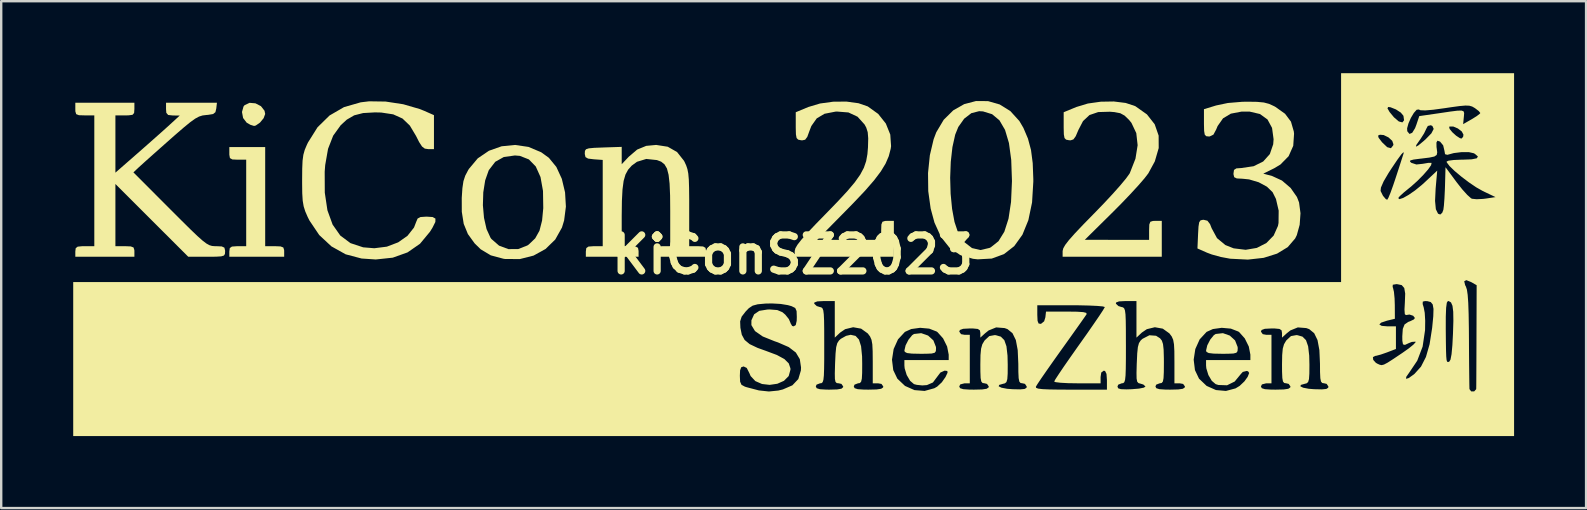
<source format=kicad_pcb>
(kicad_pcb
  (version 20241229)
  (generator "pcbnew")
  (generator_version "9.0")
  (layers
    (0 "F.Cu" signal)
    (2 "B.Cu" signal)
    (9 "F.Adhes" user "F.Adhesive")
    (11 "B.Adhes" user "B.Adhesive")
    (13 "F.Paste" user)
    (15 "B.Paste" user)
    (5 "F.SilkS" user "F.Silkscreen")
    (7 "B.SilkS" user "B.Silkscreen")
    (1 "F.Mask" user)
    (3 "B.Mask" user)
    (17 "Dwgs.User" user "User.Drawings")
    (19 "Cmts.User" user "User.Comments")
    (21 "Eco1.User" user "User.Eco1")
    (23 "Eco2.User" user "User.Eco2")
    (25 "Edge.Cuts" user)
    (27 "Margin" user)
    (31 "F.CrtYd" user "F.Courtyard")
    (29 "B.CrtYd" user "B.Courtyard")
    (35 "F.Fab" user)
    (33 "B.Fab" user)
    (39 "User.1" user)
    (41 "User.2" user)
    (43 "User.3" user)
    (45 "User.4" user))
  (footprint "KiConSZ2023"
    (layer "F.Cu")
    (at 29.97 7.558)
    (property "Reference" "KiConSZ2023" (at 0 0 0) (layer "F.SilkS") (effects (font (size 1.5 1.5) (thickness 0.3))))
    (attr board_only exclude_from_pos_files exclude_from_bom)
    (fp_poly (pts (xy -22.377 -6.303) (xy -22.149 -6.185) (xy -22 -5.995) (xy -21.972 -5.86) (xy -22.037 -5.684) (xy -22.188 -5.501) (xy -22.363 -5.379) (xy -22.436 -5.361) (xy -22.588 -5.408) (xy -22.744 -5.498) (xy -22.892 -5.691) (xy -22.939 -5.942) (xy -22.875 -6.171) (xy -22.834 -6.223) (xy -22.624 -6.324)) (stroke (width 0) (type solid)) (fill yes) (layer "F.SilkS"))
    (fp_poly (pts (xy 5.645 3.372) (xy 5.866 3.574) (xy 5.973 3.847) (xy 5.976 3.907) (xy 5.969 4.021) (xy 5.921 4.088) (xy 5.795 4.12) (xy 5.556 4.13) (xy 5.317 4.131) (xy 4.972 4.124) (xy 4.769 4.1) (xy 4.676 4.052) (xy 4.658 3.995) (xy 4.709 3.778) (xy 4.832 3.54) (xy 4.982 3.356) (xy 5.058 3.306) (xy 5.359 3.272)) (stroke (width 0) (type solid)) (fill yes) (layer "F.SilkS"))
    (fp_poly (pts (xy 18.213 3.372) (xy 18.434 3.574) (xy 18.541 3.847) (xy 18.545 3.907) (xy 18.537 4.021) (xy 18.489 4.088) (xy 18.364 4.12) (xy 18.124 4.13) (xy 17.885 4.131) (xy 17.54 4.124) (xy 17.337 4.1) (xy 17.244 4.052) (xy 17.226 3.995) (xy 17.277 3.778) (xy 17.4 3.54) (xy 17.55 3.356) (xy 17.626 3.306) (xy 17.928 3.272)) (stroke (width 0) (type solid)) (fill yes) (layer "F.SilkS"))
    (fp_poly (pts (xy -21.972 -2.417) (xy -21.972 -0.352) (xy -21.577 -0.352) (xy -21.333 -0.342) (xy -21.217 -0.298) (xy -21.183 -0.191) (xy -21.181 -0.132) (xy -21.181 0.088) (xy -22.324 0.088) (xy -23.466 0.088) (xy -23.466 -0.132) (xy -23.447 -0.273) (xy -23.357 -0.336) (xy -23.145 -0.351) (xy -23.115 -0.352) (xy -22.763 -0.352) (xy -22.763 -2.153) (xy -22.763 -3.955) (xy -23.115 -3.955) (xy -23.34 -3.965) (xy -23.441 -4.022) (xy -23.466 -4.162) (xy -23.466 -4.219) (xy -23.466 -4.482) (xy -22.719 -4.482) (xy -21.972 -4.482)) (stroke (width 0) (type solid)) (fill yes) (layer "F.SilkS"))
    (fp_poly (pts (xy -11 -4.487) (xy -10.472 -4.264) (xy -10.153 -4.033) (xy -9.842 -3.653) (xy -9.614 -3.158) (xy -9.479 -2.593) (xy -9.444 -2) (xy -9.518 -1.424) (xy -9.608 -1.128) (xy -9.888 -0.629) (xy -10.292 -0.235) (xy -10.793 0.041) (xy -11.363 0.185) (xy -11.976 0.182) (xy -12.049 0.171) (xy -12.573 0.03) (xy -12.995 -0.223) (xy -13.247 -0.47) (xy -13.527 -0.857) (xy -13.701 -1.281) (xy -13.781 -1.785) (xy -13.782 -2.059) (xy -12.902 -2.059) (xy -12.856 -1.532) (xy -12.75 -1.065) (xy -12.586 -0.706) (xy -12.549 -0.654) (xy -12.228 -0.374) (xy -11.841 -0.23) (xy -11.434 -0.231) (xy -11.05 -0.381) (xy -10.988 -0.424) (xy -10.723 -0.678) (xy -10.544 -0.999) (xy -10.436 -1.422) (xy -10.387 -1.937) (xy -10.398 -2.653) (xy -10.502 -3.233) (xy -10.7 -3.673) (xy -10.987 -3.967) (xy -11.363 -4.114) (xy -11.569 -4.131) (xy -12.032 -4.066) (xy -12.388 -3.867) (xy -12.651 -3.525) (xy -12.663 -3.502) (xy -12.807 -3.093) (xy -12.886 -2.595) (xy -12.902 -2.059) (xy -13.782 -2.059) (xy -13.783 -2.363) (xy -13.756 -2.77) (xy -13.713 -3.059) (xy -13.638 -3.288) (xy -13.518 -3.516) (xy -13.484 -3.572) (xy -13.116 -4.011) (xy -12.651 -4.327) (xy -12.122 -4.514) (xy -11.56 -4.569)) (stroke (width 0) (type solid)) (fill yes) (layer "F.SilkS"))
    (fp_poly (pts (xy 8.143 -6.395) (xy 8.628 -6.256) (xy 9.071 -5.981) (xy 9.447 -5.568) (xy 9.616 -5.281) (xy 9.806 -4.833) (xy 9.933 -4.359) (xy 10.004 -3.812) (xy 10.029 -3.147) (xy 10.029 -3.037) (xy 9.977 -2.175) (xy 9.823 -1.436) (xy 9.575 -0.828) (xy 9.234 -0.354) (xy 8.808 -0.022) (xy 8.299 0.164) (xy 7.714 0.196) (xy 7.515 0.174) (xy 6.983 0.017) (xy 6.541 -0.285) (xy 6.184 -0.734) (xy 5.911 -1.334) (xy 5.752 -1.921) (xy 5.652 -2.644) (xy 5.645 -3.202) (xy 6.565 -3.202) (xy 6.584 -2.535) (xy 6.645 -1.907) (xy 6.746 -1.361) (xy 6.887 -0.94) (xy 6.898 -0.918) (xy 7.161 -0.517) (xy 7.475 -0.273) (xy 7.827 -0.191) (xy 8.203 -0.279) (xy 8.259 -0.306) (xy 8.577 -0.559) (xy 8.822 -0.955) (xy 8.996 -1.498) (xy 9.101 -2.194) (xy 9.139 -3.047) (xy 9.139 -3.086) (xy 9.109 -3.947) (xy 9.014 -4.648) (xy 8.851 -5.196) (xy 8.618 -5.595) (xy 8.313 -5.85) (xy 7.933 -5.967) (xy 7.771 -5.976) (xy 7.448 -5.894) (xy 7.149 -5.664) (xy 6.904 -5.318) (xy 6.775 -5) (xy 6.659 -4.478) (xy 6.59 -3.864) (xy 6.565 -3.202) (xy 5.645 -3.202) (xy 5.643 -3.403) (xy 5.719 -4.142) (xy 5.876 -4.806) (xy 5.986 -5.097) (xy 6.296 -5.618) (xy 6.693 -6.01) (xy 7.15 -6.27) (xy 7.642 -6.399)) (stroke (width 0) (type solid)) (fill yes) (layer "F.SilkS"))
    (fp_poly (pts (xy 2.745 -6.308) (xy 3.131 -6.175) (xy 3.566 -5.863) (xy 3.885 -5.461) (xy 4.07 -5.002) (xy 4.103 -4.52) (xy 4.087 -4.407) (xy 4.007 -4.101) (xy 3.875 -3.794) (xy 3.676 -3.466) (xy 3.395 -3.095) (xy 3.017 -2.66) (xy 2.525 -2.141) (xy 2.301 -1.912) (xy 1.023 -0.615) (xy 2.357 -0.615) (xy 3.691 -0.615) (xy 3.691 -1.011) (xy 3.699 -1.254) (xy 3.743 -1.369) (xy 3.856 -1.404) (xy 3.955 -1.406) (xy 4.219 -1.406) (xy 4.219 -0.659) (xy 4.219 0.088) (xy 2.153 0.088) (xy 0.088 0.088) (xy 0.088 -0.148) (xy 0.114 -0.259) (xy 0.202 -0.411) (xy 0.365 -0.62) (xy 0.618 -0.905) (xy 0.973 -1.28) (xy 1.348 -1.664) (xy 1.872 -2.204) (xy 2.282 -2.646) (xy 2.592 -3.014) (xy 2.816 -3.33) (xy 2.969 -3.616) (xy 3.065 -3.895) (xy 3.118 -4.189) (xy 3.141 -4.472) (xy 3.151 -4.845) (xy 3.13 -5.1) (xy 3.069 -5.293) (xy 2.998 -5.423) (xy 2.707 -5.745) (xy 2.327 -5.923) (xy 1.846 -5.961) (xy 1.784 -5.957) (xy 1.33 -5.868) (xy 1.005 -5.675) (xy 0.782 -5.359) (xy 0.703 -5.154) (xy 0.612 -4.905) (xy 0.523 -4.787) (xy 0.401 -4.761) (xy 0.352 -4.765) (xy 0.233 -4.79) (xy 0.167 -4.858) (xy 0.139 -5.01) (xy 0.132 -5.289) (xy 0.132 -5.361) (xy 0.132 -5.932) (xy 0.659 -6.151) (xy 1.144 -6.296) (xy 1.69 -6.371) (xy 2.243 -6.376)) (stroke (width 0) (type solid)) (fill yes) (layer "F.SilkS"))
    (fp_poly (pts (xy 13.877 -6.319) (xy 14.268 -6.189) (xy 14.282 -6.182) (xy 14.763 -5.842) (xy 15.086 -5.43) (xy 15.25 -4.959) (xy 15.253 -4.44) (xy 15.091 -3.884) (xy 14.819 -3.384) (xy 14.661 -3.179) (xy 14.404 -2.882) (xy 14.072 -2.521) (xy 13.695 -2.127) (xy 13.351 -1.78) (xy 12.173 -0.617) (xy 13.513 -0.616) (xy 14.853 -0.615) (xy 14.853 -1.011) (xy 14.861 -1.254) (xy 14.905 -1.369) (xy 15.017 -1.404) (xy 15.117 -1.406) (xy 15.381 -1.406) (xy 15.381 -0.659) (xy 15.381 0.088) (xy 13.315 0.088) (xy 11.25 0.088) (xy 11.25 -0.15) (xy 11.275 -0.258) (xy 11.358 -0.405) (xy 11.513 -0.606) (xy 11.755 -0.879) (xy 12.097 -1.24) (xy 12.552 -1.705) (xy 12.558 -1.71) (xy 12.962 -2.128) (xy 13.334 -2.527) (xy 13.652 -2.884) (xy 13.892 -3.173) (xy 14.034 -3.37) (xy 14.05 -3.398) (xy 14.285 -3.998) (xy 14.375 -4.559) (xy 14.319 -5.062) (xy 14.117 -5.49) (xy 14.017 -5.613) (xy 13.832 -5.792) (xy 13.652 -5.891) (xy 13.406 -5.938) (xy 13.218 -5.953) (xy 12.733 -5.939) (xy 12.369 -5.815) (xy 12.1 -5.564) (xy 11.909 -5.197) (xy 11.796 -4.933) (xy 11.7 -4.801) (xy 11.585 -4.762) (xy 11.513 -4.766) (xy 11.395 -4.79) (xy 11.329 -4.857) (xy 11.301 -5.01) (xy 11.294 -5.288) (xy 11.294 -5.361) (xy 11.294 -5.932) (xy 11.821 -6.15) (xy 12.3 -6.295) (xy 12.839 -6.371) (xy 13.383 -6.38)) (stroke (width 0) (type solid)) (fill yes) (layer "F.SilkS"))
    (fp_poly (pts (xy -16.953 -6.377) (xy -16.221 -6.265) (xy -15.535 -6.066) (xy -15.339 -5.987) (xy -14.941 -5.811) (xy -14.941 -5.103) (xy -14.941 -4.394) (xy -15.183 -4.396) (xy -15.323 -4.417) (xy -15.437 -4.503) (xy -15.558 -4.688) (xy -15.688 -4.945) (xy -15.945 -5.375) (xy -16.251 -5.669) (xy -16.638 -5.844) (xy -17.139 -5.92) (xy -17.402 -5.926) (xy -17.891 -5.898) (xy -18.264 -5.803) (xy -18.575 -5.622) (xy -18.826 -5.391) (xy -19.14 -4.955) (xy -19.353 -4.408) (xy -19.472 -3.731) (xy -19.493 -3.453) (xy -19.489 -2.581) (xy -19.379 -1.847) (xy -19.163 -1.251) (xy -18.843 -0.795) (xy -18.419 -0.479) (xy -17.89 -0.304) (xy -17.427 -0.266) (xy -16.903 -0.332) (xy -16.431 -0.512) (xy -16.043 -0.785) (xy -15.772 -1.129) (xy -15.679 -1.369) (xy -15.621 -1.504) (xy -15.501 -1.566) (xy -15.266 -1.582) (xy -15.239 -1.582) (xy -14.996 -1.566) (xy -14.879 -1.501) (xy -14.883 -1.361) (xy -15.003 -1.121) (xy -15.108 -0.952) (xy -15.522 -0.453) (xy -16.041 -0.093) (xy -16.658 0.127) (xy -17.365 0.202) (xy -17.957 0.162) (xy -18.62 -0.013) (xy -19.213 -0.344) (xy -19.721 -0.817) (xy -20.127 -1.42) (xy -20.203 -1.571) (xy -20.303 -1.801) (xy -20.369 -2.011) (xy -20.409 -2.246) (xy -20.428 -2.553) (xy -20.433 -2.977) (xy -20.433 -3.12) (xy -20.429 -3.581) (xy -20.415 -3.912) (xy -20.382 -4.158) (xy -20.324 -4.365) (xy -20.234 -4.578) (xy -20.189 -4.672) (xy -19.792 -5.305) (xy -19.29 -5.797) (xy -18.689 -6.145) (xy -17.993 -6.345) (xy -17.643 -6.387)) (stroke (width 0) (type solid)) (fill yes) (layer "F.SilkS"))
    (fp_poly (pts (xy -5.201 -4.495) (xy -4.813 -4.274) (xy -4.525 -3.91) (xy -4.504 -3.87) (xy -4.433 -3.717) (xy -4.381 -3.561) (xy -4.345 -3.374) (xy -4.323 -3.123) (xy -4.312 -2.778) (xy -4.307 -2.309) (xy -4.307 -1.915) (xy -4.307 -0.352) (xy -3.955 -0.352) (xy -3.729 -0.34) (xy -3.628 -0.283) (xy -3.604 -0.151) (xy -3.603 -0.132) (xy -3.603 0.088) (xy -4.658 0.088) (xy -5.713 0.088) (xy -5.713 -0.132) (xy -5.69 -0.28) (xy -5.586 -0.341) (xy -5.405 -0.352) (xy -5.098 -0.352) (xy -5.098 -1.805) (xy -5.103 -2.457) (xy -5.124 -2.957) (xy -5.166 -3.326) (xy -5.234 -3.587) (xy -5.336 -3.761) (xy -5.475 -3.872) (xy -5.651 -3.939) (xy -6.096 -3.986) (xy -6.485 -3.867) (xy -6.702 -3.707) (xy -6.852 -3.539) (xy -6.962 -3.336) (xy -7.039 -3.071) (xy -7.086 -2.714) (xy -7.111 -2.238) (xy -7.119 -1.616) (xy -7.119 -1.604) (xy -7.119 -0.352) (xy -6.767 -0.352) (xy -6.541 -0.34) (xy -6.44 -0.283) (xy -6.416 -0.151) (xy -6.416 -0.132) (xy -6.416 0.088) (xy -7.515 0.088) (xy -8.613 0.088) (xy -8.613 -0.132) (xy -8.594 -0.273) (xy -8.503 -0.336) (xy -8.292 -0.351) (xy -8.262 -0.352) (xy -7.91 -0.352) (xy -7.91 -2.148) (xy -7.91 -3.945) (xy -8.284 -3.972) (xy -8.52 -4.001) (xy -8.628 -4.063) (xy -8.657 -4.191) (xy -8.657 -4.219) (xy -8.65 -4.324) (xy -8.605 -4.39) (xy -8.488 -4.428) (xy -8.265 -4.449) (xy -7.901 -4.463) (xy -7.888 -4.464) (xy -7.119 -4.489) (xy -7.119 -4.128) (xy -7.119 -3.767) (xy -6.826 -4.077) (xy -6.476 -4.376) (xy -6.098 -4.531) (xy -5.685 -4.57)) (stroke (width 0) (type solid)) (fill yes) (layer "F.SilkS"))
    (fp_poly (pts (xy -27.421 -6.064) (xy -27.433 -5.902) (xy -27.499 -5.825) (xy -27.668 -5.802) (xy -27.817 -5.801) (xy -28.212 -5.801) (xy -28.212 -4.608) (xy -28.212 -3.415) (xy -27.275 -4.234) (xy -26.894 -4.569) (xy -26.522 -4.898) (xy -26.198 -5.186) (xy -25.961 -5.4) (xy -25.935 -5.424) (xy -25.532 -5.794) (xy -25.817 -5.797) (xy -26.014 -5.818) (xy -26.091 -5.907) (xy -26.103 -6.064) (xy -26.103 -6.328) (xy -25.043 -6.328) (xy -23.982 -6.328) (xy -24.01 -6.086) (xy -24.046 -5.934) (xy -24.143 -5.857) (xy -24.351 -5.823) (xy -24.426 -5.817) (xy -24.581 -5.798) (xy -24.727 -5.752) (xy -24.892 -5.663) (xy -25.1 -5.513) (xy -25.377 -5.286) (xy -25.749 -4.964) (xy -25.92 -4.813) (xy -26.306 -4.471) (xy -26.661 -4.156) (xy -26.957 -3.892) (xy -27.167 -3.702) (xy -27.244 -3.632) (xy -27.462 -3.427) (xy -25.927 -1.889) (xy -25.45 -1.413) (xy -25.08 -1.047) (xy -24.797 -0.776) (xy -24.584 -0.587) (xy -24.423 -0.464) (xy -24.297 -0.394) (xy -24.186 -0.361) (xy -24.073 -0.352) (xy -24.017 -0.352) (xy -23.781 -0.341) (xy -23.672 -0.291) (xy -23.643 -0.174) (xy -23.642 -0.132) (xy -23.649 -0.027) (xy -23.691 0.038) (xy -23.804 0.072) (xy -24.022 0.086) (xy -24.379 0.088) (xy -24.41 0.088) (xy -25.178 0.088) (xy -26.695 -1.427) (xy -28.212 -2.942) (xy -28.212 -1.647) (xy -28.212 -0.352) (xy -27.817 -0.352) (xy -27.573 -0.342) (xy -27.457 -0.298) (xy -27.423 -0.191) (xy -27.421 -0.132) (xy -27.421 0.088) (xy -28.652 0.088) (xy -29.882 0.088) (xy -29.882 -0.132) (xy -29.866 -0.267) (xy -29.785 -0.332) (xy -29.594 -0.351) (xy -29.487 -0.352) (xy -29.091 -0.352) (xy -29.091 -3.076) (xy -29.091 -5.801) (xy -29.487 -5.801) (xy -29.73 -5.808) (xy -29.845 -5.852) (xy -29.88 -5.965) (xy -29.882 -6.064) (xy -29.882 -6.328) (xy -28.652 -6.328) (xy -27.421 -6.328)) (stroke (width 0) (type solid)) (fill yes) (layer "F.SilkS"))
    (fp_poly (pts (xy 19.346 -6.365) (xy 19.633 -6.338) (xy 19.854 -6.28) (xy 20.066 -6.182) (xy 20.119 -6.152) (xy 20.517 -5.868) (xy 20.763 -5.54) (xy 20.881 -5.132) (xy 20.892 -5.038) (xy 20.858 -4.533) (xy 20.666 -4.101) (xy 20.323 -3.753) (xy 20.066 -3.599) (xy 19.61 -3.374) (xy 19.981 -3.274) (xy 20.387 -3.087) (xy 20.748 -2.779) (xy 21.012 -2.401) (xy 21.1 -2.174) (xy 21.16 -1.724) (xy 21.126 -1.244) (xy 21.007 -0.813) (xy 20.938 -0.673) (xy 20.628 -0.312) (xy 20.183 -0.041) (xy 19.624 0.134) (xy 18.97 0.207) (xy 18.241 0.171) (xy 18.219 0.168) (xy 17.842 0.098) (xy 17.465 -0.006) (xy 17.27 -0.079) (xy 16.867 -0.257) (xy 16.893 -0.854) (xy 16.911 -1.17) (xy 16.94 -1.348) (xy 16.997 -1.429) (xy 17.095 -1.45) (xy 17.13 -1.45) (xy 17.282 -1.413) (xy 17.391 -1.272) (xy 17.459 -1.099) (xy 17.682 -0.687) (xy 18.03 -0.399) (xy 18.375 -0.262) (xy 18.876 -0.201) (xy 19.34 -0.28) (xy 19.738 -0.483) (xy 20.042 -0.794) (xy 20.221 -1.195) (xy 20.245 -1.318) (xy 20.251 -1.832) (xy 20.138 -2.319) (xy 19.997 -2.602) (xy 19.763 -2.829) (xy 19.416 -3.016) (xy 19.018 -3.134) (xy 18.742 -3.162) (xy 18.507 -3.174) (xy 18.399 -3.225) (xy 18.369 -3.344) (xy 18.369 -3.384) (xy 18.39 -3.529) (xy 18.489 -3.593) (xy 18.698 -3.608) (xy 19.207 -3.683) (xy 19.606 -3.88) (xy 19.883 -4.189) (xy 20.023 -4.597) (xy 20.039 -4.807) (xy 19.975 -5.28) (xy 19.785 -5.631) (xy 19.47 -5.858) (xy 19.034 -5.96) (xy 18.708 -5.959) (xy 18.257 -5.873) (xy 17.933 -5.678) (xy 17.708 -5.358) (xy 17.648 -5.214) (xy 17.533 -4.999) (xy 17.376 -4.923) (xy 17.34 -4.922) (xy 17.232 -4.934) (xy 17.171 -4.998) (xy 17.145 -5.154) (xy 17.138 -5.44) (xy 17.138 -5.491) (xy 17.138 -6.059) (xy 17.644 -6.214) (xy 18.133 -6.317) (xy 18.732 -6.367) (xy 18.94 -6.371)) (stroke (width 0) (type solid)) (fill yes) (layer "F.SilkS"))
    (fp_poly (pts (xy 30.058 0) (xy 30.058 7.558) (xy 0.044 7.558) (xy -29.97 7.558) (xy -29.97 5.047) (xy -2.197 5.047) (xy -2.186 5.293) (xy -2.128 5.424) (xy -1.987 5.5) (xy -1.912 5.524) (xy -1.405 5.657) (xy -0.987 5.702) (xy -0.596 5.663) (xy -0.406 5.617) (xy -0.009 5.445) (xy 0.239 5.184) (xy 0.346 4.826) (xy 0.352 4.699) (xy 0.301 4.355) (xy 0.136 4.079) (xy -0.161 3.852) (xy -0.611 3.656) (xy -0.748 3.609) (xy -1.243 3.41) (xy -1.566 3.185) (xy -1.716 2.936) (xy -1.715 2.734) (xy -1.601 2.486) (xy -1.387 2.342) (xy -1.045 2.287) (xy -0.946 2.285) (xy -0.637 2.309) (xy -0.425 2.398) (xy -0.304 2.501) (xy -0.156 2.685) (xy -0.088 2.842) (xy -0.088 2.852) (xy -0.019 2.971) (xy 0.044 2.988) (xy 0.131 2.936) (xy 0.171 2.759) (xy 0.176 2.596) (xy 0.167 2.352) (xy 0.11 2.223) (xy -0.041 2.148) (xy -0.196 2.104) (xy -0.493 2.055) (xy -0.693 2.043) (xy 0.9 2.043) (xy 1.007 2.143) (xy 1.127 2.181) (xy 1.195 2.197) (xy 1.245 2.237) (xy 1.279 2.325) (xy 1.3 2.486) (xy 1.312 2.745) (xy 1.317 3.125) (xy 1.318 3.652) (xy 1.318 3.785) (xy 1.318 4.347) (xy 1.313 4.756) (xy 1.303 5.037) (xy 1.284 5.214) (xy 1.253 5.312) (xy 1.208 5.353) (xy 1.147 5.361) (xy 1.143 5.361) (xy 0.999 5.416) (xy 0.967 5.493) (xy 1.005 5.567) (xy 1.141 5.608) (xy 1.408 5.624) (xy 1.538 5.625) (xy 1.859 5.616) (xy 2.037 5.585) (xy 2.105 5.523) (xy 2.109 5.493) (xy 2.035 5.386) (xy 1.925 5.361) (xy 1.84 5.352) (xy 1.788 5.301) (xy 1.763 5.178) (xy 1.759 4.948) (xy 1.769 4.579) (xy 1.771 4.518) (xy 1.79 4.12) (xy 1.816 3.857) (xy 1.861 3.69) (xy 1.932 3.579) (xy 2.009 3.508) (xy 2.229 3.384) (xy 2.422 3.34) (xy 2.624 3.386) (xy 2.765 3.539) (xy 2.853 3.816) (xy 2.895 4.236) (xy 2.9 4.546) (xy 2.898 4.929) (xy 2.885 5.168) (xy 2.854 5.298) (xy 2.799 5.352) (xy 2.725 5.361) (xy 2.581 5.416) (xy 2.549 5.493) (xy 2.585 5.565) (xy 2.715 5.606) (xy 2.971 5.623) (xy 3.164 5.625) (xy 3.498 5.617) (xy 3.69 5.589) (xy 3.77 5.534) (xy 3.779 5.493) (xy 3.703 5.387) (xy 3.56 5.361) (xy 3.34 5.361) (xy 3.34 4.443) (xy 3.339 4.377) (xy 4.141 4.377) (xy 4.194 4.811) (xy 4.364 5.167) (xy 4.684 5.47) (xy 5.077 5.644) (xy 5.5 5.679) (xy 5.907 5.566) (xy 6.022 5.5) (xy 6.03 5.493) (xy 6.943 5.493) (xy 6.979 5.565) (xy 7.11 5.606) (xy 7.366 5.623) (xy 7.558 5.625) (xy 7.893 5.617) (xy 8.084 5.589) (xy 8.165 5.534) (xy 8.174 5.493) (xy 8.1 5.386) (xy 7.998 5.361) (xy 7.914 5.348) (xy 7.862 5.285) (xy 7.834 5.14) (xy 7.824 4.877) (xy 7.822 4.582) (xy 7.828 4.186) (xy 7.853 3.919) (xy 7.904 3.735) (xy 7.991 3.589) (xy 8.008 3.567) (xy 8.195 3.394) (xy 8.418 3.353) (xy 8.468 3.357) (xy 8.676 3.417) (xy 8.821 3.563) (xy 8.91 3.819) (xy 8.954 4.209) (xy 8.963 4.586) (xy 8.961 4.955) (xy 8.946 5.184) (xy 8.91 5.308) (xy 8.847 5.362) (xy 8.785 5.377) (xy 8.608 5.427) (xy 8.586 5.486) (xy 8.702 5.544) (xy 8.937 5.589) (xy 9.162 5.607) (xy 9.485 5.614) (xy 9.667 5.596) (xy 9.745 5.547) (xy 9.754 5.505) (xy 10.135 5.505) (xy 10.145 5.549) (xy 10.23 5.582) (xy 10.411 5.604) (xy 10.708 5.617) (xy 11.143 5.624) (xy 11.592 5.625) (xy 13.096 5.625) (xy 13.096 5.229) (xy 13.078 4.969) (xy 13.02 4.85) (xy 12.964 4.834) (xy 12.859 4.913) (xy 12.832 5.098) (xy 12.832 5.361) (xy 11.865 5.361) (xy 11.477 5.355) (xy 11.163 5.338) (xy 10.959 5.313) (xy 10.898 5.288) (xy 10.947 5.197) (xy 11.084 4.987) (xy 11.292 4.678) (xy 11.559 4.294) (xy 11.867 3.856) (xy 11.953 3.735) (xy 12.27 3.288) (xy 12.548 2.887) (xy 12.774 2.557) (xy 12.931 2.318) (xy 13.004 2.194) (xy 13.008 2.183) (xy 12.925 2.158) (xy 12.695 2.137) (xy 12.349 2.121) (xy 11.915 2.111) (xy 11.601 2.109) (xy 10.195 2.109) (xy 10.195 2.511) (xy 10.206 2.759) (xy 10.249 2.87) (xy 10.341 2.885) (xy 10.349 2.884) (xy 10.48 2.778) (xy 10.531 2.614) (xy 10.558 2.373) (xy 11.437 2.373) (xy 11.848 2.378) (xy 12.106 2.395) (xy 12.233 2.426) (xy 12.252 2.476) (xy 12.248 2.483) (xy 12.178 2.586) (xy 12.022 2.808) (xy 11.798 3.124) (xy 11.522 3.512) (xy 11.211 3.947) (xy 11.181 3.988) (xy 10.869 4.427) (xy 10.592 4.821) (xy 10.366 5.147) (xy 10.209 5.382) (xy 10.137 5.5) (xy 10.135 5.505) (xy 9.754 5.505) (xy 9.756 5.497) (xy 9.682 5.385) (xy 9.58 5.361) (xy 9.497 5.348) (xy 9.446 5.288) (xy 9.418 5.146) (xy 9.406 4.89) (xy 9.404 4.548) (xy 9.379 3.978) (xy 9.301 3.559) (xy 9.161 3.273) (xy 8.955 3.104) (xy 8.833 3.06) (xy 8.481 3.032) (xy 8.169 3.158) (xy 8.02 3.277) (xy 7.822 3.458) (xy 7.822 3.267) (xy 7.803 3.153) (xy 7.716 3.096) (xy 7.517 3.077) (xy 7.383 3.076) (xy 7.106 3.09) (xy 6.971 3.139) (xy 6.943 3.208) (xy 7.02 3.314) (xy 7.163 3.34) (xy 7.383 3.34) (xy 7.383 4.351) (xy 7.383 5.361) (xy 7.163 5.361) (xy 6.986 5.407) (xy 6.943 5.493) (xy 6.03 5.493) (xy 6.218 5.318) (xy 6.372 5.097) (xy 6.456 4.919) (xy 6.447 4.847) (xy 6.339 4.834) (xy 6.333 4.834) (xy 6.159 4.912) (xy 6.026 5.087) (xy 5.846 5.327) (xy 5.597 5.435) (xy 5.405 5.449) (xy 5.177 5.426) (xy 5.058 5.395) (xy 4.896 5.257) (xy 4.754 5.015) (xy 4.669 4.737) (xy 4.658 4.619) (xy 4.658 4.394) (xy 5.581 4.394) (xy 6.504 4.394) (xy 6.504 4.166) (xy 6.438 3.828) (xy 6.27 3.489) (xy 6.04 3.232) (xy 6 3.203) (xy 5.691 3.083) (xy 5.313 3.049) (xy 4.943 3.1) (xy 4.68 3.219) (xy 4.392 3.53) (xy 4.21 3.933) (xy 4.141 4.377) (xy 3.339 4.377) (xy 3.336 4.024) (xy 3.322 3.739) (xy 3.288 3.549) (xy 3.228 3.411) (xy 3.134 3.286) (xy 3.129 3.281) (xy 2.855 3.084) (xy 2.524 3.025) (xy 2.19 3.106) (xy 1.982 3.247) (xy 1.758 3.458) (xy 1.758 2.696) (xy 1.758 2.043) (xy 13.469 2.043) (xy 13.575 2.143) (xy 13.696 2.181) (xy 13.764 2.197) (xy 13.813 2.237) (xy 13.847 2.325) (xy 13.869 2.486) (xy 13.88 2.745) (xy 13.885 3.125) (xy 13.886 3.652) (xy 13.887 3.785) (xy 13.886 4.347) (xy 13.881 4.756) (xy 13.871 5.037) (xy 13.852 5.214) (xy 13.821 5.312) (xy 13.776 5.353) (xy 13.715 5.361) (xy 13.711 5.361) (xy 13.566 5.418) (xy 13.535 5.497) (xy 13.565 5.57) (xy 13.678 5.606) (xy 13.909 5.614) (xy 14.128 5.607) (xy 14.431 5.582) (xy 14.636 5.541) (xy 14.703 5.493) (xy 14.612 5.411) (xy 14.497 5.376) (xy 14.41 5.352) (xy 14.357 5.292) (xy 14.332 5.161) (xy 14.328 4.925) (xy 14.338 4.55) (xy 14.34 4.511) (xy 14.358 4.114) (xy 14.385 3.853) (xy 14.43 3.687) (xy 14.502 3.576) (xy 14.577 3.508) (xy 14.866 3.359) (xy 15.142 3.38) (xy 15.308 3.485) (xy 15.384 3.581) (xy 15.432 3.726) (xy 15.458 3.958) (xy 15.468 4.314) (xy 15.469 4.496) (xy 15.466 4.892) (xy 15.454 5.145) (xy 15.427 5.286) (xy 15.377 5.347) (xy 15.298 5.361) (xy 15.293 5.361) (xy 15.15 5.416) (xy 15.117 5.493) (xy 15.153 5.565) (xy 15.283 5.606) (xy 15.54 5.623) (xy 15.732 5.625) (xy 16.066 5.617) (xy 16.258 5.589) (xy 16.338 5.534) (xy 16.347 5.493) (xy 16.271 5.387) (xy 16.128 5.361) (xy 15.908 5.361) (xy 15.908 4.443) (xy 15.907 4.377) (xy 16.71 4.377) (xy 16.763 4.811) (xy 16.932 5.167) (xy 17.249 5.469) (xy 17.638 5.642) (xy 18.054 5.679) (xy 18.453 5.573) (xy 18.585 5.493) (xy 19.511 5.493) (xy 19.548 5.565) (xy 19.678 5.606) (xy 19.934 5.623) (xy 20.127 5.625) (xy 20.461 5.617) (xy 20.652 5.589) (xy 20.733 5.534) (xy 20.742 5.493) (xy 20.669 5.386) (xy 20.566 5.361) (xy 20.482 5.348) (xy 20.43 5.285) (xy 20.403 5.14) (xy 20.392 4.877) (xy 20.39 4.582) (xy 20.397 4.186) (xy 20.421 3.919) (xy 20.473 3.735) (xy 20.559 3.589) (xy 20.576 3.567) (xy 20.763 3.394) (xy 20.986 3.353) (xy 21.036 3.357) (xy 21.244 3.417) (xy 21.389 3.563) (xy 21.478 3.819) (xy 21.523 4.209) (xy 21.532 4.586) (xy 21.529 4.955) (xy 21.514 5.184) (xy 21.478 5.308) (xy 21.415 5.362) (xy 21.354 5.377) (xy 21.176 5.427) (xy 21.154 5.486) (xy 21.27 5.544) (xy 21.505 5.589) (xy 21.731 5.607) (xy 22.053 5.614) (xy 22.236 5.596) (xy 22.313 5.547) (xy 22.324 5.497) (xy 22.25 5.385) (xy 22.148 5.361) (xy 22.066 5.348) (xy 22.014 5.288) (xy 21.991 5.175) (xy 25.559 5.175) (xy 25.667 5.143) (xy 25.877 4.994) (xy 25.911 4.966) (xy 26.18 4.667) (xy 26.386 4.264) (xy 26.538 3.735) (xy 26.638 3.098) (xy 27.212 3.098) (xy 27.217 3.624) (xy 27.223 3.998) (xy 27.232 4.245) (xy 27.246 4.391) (xy 27.269 4.459) (xy 27.304 4.475) (xy 27.351 4.462) (xy 27.356 4.461) (xy 27.409 4.375) (xy 27.453 4.148) (xy 27.488 3.768) (xy 27.513 3.289) (xy 27.529 2.758) (xy 27.523 2.38) (xy 27.492 2.132) (xy 27.431 1.992) (xy 27.339 1.937) (xy 27.301 1.934) (xy 27.256 2.003) (xy 27.227 2.217) (xy 27.213 2.586) (xy 27.212 3.098) (xy 26.638 3.098) (xy 26.644 3.058) (xy 26.648 3.021) (xy 26.692 2.57) (xy 26.701 2.263) (xy 26.668 2.075) (xy 26.586 1.976) (xy 26.447 1.939) (xy 26.349 1.935) (xy 26.255 1.957) (xy 26.25 2.059) (xy 26.294 2.204) (xy 26.336 2.425) (xy 26.355 2.753) (xy 26.35 3.12) (xy 26.349 3.149) (xy 26.248 3.832) (xy 26.024 4.418) (xy 25.7 4.9) (xy 25.566 5.092) (xy 25.559 5.175) (xy 21.991 5.175) (xy 21.986 5.146) (xy 21.974 4.89) (xy 21.972 4.548) (xy 21.96 4.27) (xy 24.177 4.27) (xy 24.19 4.385) (xy 24.3 4.507) (xy 24.367 4.546) (xy 24.462 4.588) (xy 24.542 4.604) (xy 24.64 4.579) (xy 24.788 4.501) (xy 25.016 4.355) (xy 25.356 4.127) (xy 25.397 4.1) (xy 25.674 3.904) (xy 25.869 3.745) (xy 25.957 3.646) (xy 25.951 3.626) (xy 25.798 3.637) (xy 25.674 3.686) (xy 25.511 3.761) (xy 25.43 3.738) (xy 25.403 3.588) (xy 25.401 3.406) (xy 25.422 3.095) (xy 25.496 2.909) (xy 25.65 2.803) (xy 25.73 2.774) (xy 25.883 2.7) (xy 25.927 2.64) (xy 25.855 2.547) (xy 25.7 2.496) (xy 25.555 2.518) (xy 25.506 2.482) (xy 25.492 2.286) (xy 25.508 1.998) (xy 25.522 1.623) (xy 25.483 1.391) (xy 25.377 1.27) (xy 25.189 1.231) (xy 25.153 1.23) (xy 25.005 1.254) (xy 24.999 1.348) (xy 25.014 1.384) (xy 25.053 1.55) (xy 25.08 1.827) (xy 25.089 2.106) (xy 25.092 2.673) (xy 24.763 2.752) (xy 24.518 2.834) (xy 24.445 2.911) (xy 24.544 2.968) (xy 24.785 2.988) (xy 25.136 2.988) (xy 25.136 3.46) (xy 25.136 3.931) (xy 24.76 4.075) (xy 24.51 4.162) (xy 24.32 4.213) (xy 24.276 4.219) (xy 24.177 4.27) (xy 21.96 4.27) (xy 21.947 3.978) (xy 21.869 3.559) (xy 21.73 3.273) (xy 21.523 3.104) (xy 21.401 3.06) (xy 21.049 3.032) (xy 20.738 3.158) (xy 20.588 3.277) (xy 20.39 3.458) (xy 20.39 3.267) (xy 20.371 3.153) (xy 20.284 3.096) (xy 20.085 3.077) (xy 19.951 3.076) (xy 19.675 3.09) (xy 19.54 3.139) (xy 19.511 3.208) (xy 19.588 3.314) (xy 19.731 3.34) (xy 19.951 3.34) (xy 19.951 4.351) (xy 19.951 5.361) (xy 19.731 5.361) (xy 19.554 5.407) (xy 19.511 5.493) (xy 18.585 5.493) (xy 18.625 5.469) (xy 18.826 5.278) (xy 18.96 5.089) (xy 19.022 4.931) (xy 18.977 4.862) (xy 18.918 4.846) (xy 18.757 4.886) (xy 18.679 4.97) (xy 18.418 5.287) (xy 18.101 5.443) (xy 17.74 5.431) (xy 17.626 5.395) (xy 17.464 5.257) (xy 17.322 5.015) (xy 17.237 4.737) (xy 17.226 4.619) (xy 17.226 4.394) (xy 18.149 4.394) (xy 19.072 4.394) (xy 19.072 4.166) (xy 19.006 3.828) (xy 18.838 3.489) (xy 18.609 3.232) (xy 18.568 3.203) (xy 18.259 3.083) (xy 17.881 3.049) (xy 17.512 3.1) (xy 17.248 3.219) (xy 16.96 3.53) (xy 16.778 3.933) (xy 16.71 4.377) (xy 15.907 4.377) (xy 15.905 4.024) (xy 15.89 3.739) (xy 15.856 3.549) (xy 15.796 3.411) (xy 15.702 3.286) (xy 15.698 3.281) (xy 15.423 3.084) (xy 15.092 3.025) (xy 14.758 3.106) (xy 14.551 3.247) (xy 14.326 3.458) (xy 14.326 2.696) (xy 14.326 1.934) (xy 13.879 1.934) (xy 13.6 1.948) (xy 13.476 1.995) (xy 13.469 2.043) (xy 1.758 2.043) (xy 1.758 1.934) (xy 1.311 1.934) (xy 1.032 1.948) (xy 0.907 1.995) (xy 0.9 2.043) (xy -0.693 2.043) (xy -0.867 2.034) (xy -1.131 2.039) (xy -1.453 2.069) (xy -1.662 2.125) (xy -1.822 2.231) (xy -1.955 2.369) (xy -2.122 2.584) (xy -2.185 2.781) (xy -2.174 3.048) (xy -2.116 3.337) (xy -1.998 3.555) (xy -1.789 3.728) (xy -1.459 3.885) (xy -1.122 4.006) (xy -0.654 4.181) (xy -0.341 4.351) (xy -0.16 4.531) (xy -0.09 4.737) (xy -0.088 4.79) (xy -0.162 5.059) (xy -0.359 5.257) (xy -0.636 5.38) (xy -0.955 5.426) (xy -1.273 5.39) (xy -1.551 5.269) (xy -1.748 5.059) (xy -1.798 4.941) (xy -1.91 4.721) (xy -2.04 4.658) (xy -2.14 4.692) (xy -2.187 4.82) (xy -2.197 5.047) (xy -29.97 5.047) (xy -29.97 4.351) (xy -29.97 1.143) (xy -3.56 1.143) (xy 22.851 1.143) (xy 22.851 1.108) (xy 27.981 1.108) (xy 28.019 1.271) (xy 28.052 1.333) (xy 28.093 1.457) (xy 28.125 1.677) (xy 28.149 2.011) (xy 28.165 2.476) (xy 28.175 3.089) (xy 28.178 3.516) (xy 28.181 4.092) (xy 28.185 4.612) (xy 28.19 5.049) (xy 28.194 5.377) (xy 28.198 5.568) (xy 28.2 5.603) (xy 28.272 5.699) (xy 28.395 5.699) (xy 28.478 5.608) (xy 28.481 5.581) (xy 28.483 5.459) (xy 28.485 5.187) (xy 28.487 4.792) (xy 28.489 4.3) (xy 28.491 3.737) (xy 28.492 3.362) (xy 28.499 1.274) (xy 28.273 1.145) (xy 28.069 1.063) (xy 27.981 1.108) (xy 22.851 1.108) (xy 22.851 -2.653) (xy 24.496 -2.653) (xy 24.597 -2.45) (xy 24.715 -2.312) (xy 24.774 -2.286) (xy 24.816 -2.356) (xy 25.231 -2.356) (xy 25.282 -2.311) (xy 25.437 -2.361) (xy 25.665 -2.489) (xy 25.934 -2.675) (xy 26.214 -2.903) (xy 26.313 -2.992) (xy 26.856 -3.5) (xy 26.79 -2.749) (xy 26.766 -2.239) (xy 26.799 -1.892) (xy 26.89 -1.706) (xy 26.983 -1.67) (xy 27.065 -1.744) (xy 27.112 -1.868) (xy 27.135 -2.043) (xy 27.157 -2.341) (xy 27.175 -2.707) (xy 27.18 -2.853) (xy 27.202 -3.641) (xy 27.668 -3.012) (xy 27.897 -2.722) (xy 28.107 -2.489) (xy 28.264 -2.349) (xy 28.304 -2.328) (xy 28.493 -2.308) (xy 28.766 -2.321) (xy 28.879 -2.335) (xy 29.285 -2.396) (xy 28.752 -2.651) (xy 28.483 -2.803) (xy 28.176 -3.011) (xy 27.865 -3.247) (xy 27.584 -3.482) (xy 27.37 -3.689) (xy 27.256 -3.84) (xy 27.246 -3.876) (xy 27.326 -3.914) (xy 27.54 -3.942) (xy 27.843 -3.955) (xy 27.905 -3.955) (xy 28.291 -3.97) (xy 28.506 -4.014) (xy 28.551 -4.089) (xy 28.428 -4.196) (xy 28.378 -4.224) (xy 28.175 -4.27) (xy 27.875 -4.271) (xy 27.549 -4.231) (xy 27.278 -4.158) (xy 27.182 -4.184) (xy 27.158 -4.324) (xy 27.104 -4.552) (xy 26.973 -4.71) (xy 26.865 -4.746) (xy 26.824 -4.67) (xy 26.827 -4.483) (xy 26.834 -4.434) (xy 26.856 -4.262) (xy 26.835 -4.153) (xy 26.736 -4.087) (xy 26.53 -4.043) (xy 26.183 -4) (xy 26.149 -3.997) (xy 25.866 -3.96) (xy 25.733 -3.923) (xy 25.723 -3.874) (xy 25.779 -3.824) (xy 25.988 -3.755) (xy 26.258 -3.784) (xy 26.476 -3.822) (xy 26.61 -3.824) (xy 26.621 -3.818) (xy 26.6 -3.725) (xy 26.476 -3.548) (xy 26.276 -3.32) (xy 26.031 -3.072) (xy 25.769 -2.837) (xy 25.684 -2.769) (xy 25.453 -2.579) (xy 25.29 -2.429) (xy 25.231 -2.356) (xy 24.816 -2.356) (xy 24.821 -2.364) (xy 24.909 -2.576) (xy 25.021 -2.887) (xy 25.122 -3.187) (xy 25.247 -3.569) (xy 25.353 -3.898) (xy 25.428 -4.131) (xy 25.456 -4.219) (xy 25.452 -4.272) (xy 25.363 -4.181) (xy 25.196 -3.953) (xy 24.955 -3.595) (xy 24.828 -3.4) (xy 24.624 -3.053) (xy 24.511 -2.794) (xy 24.496 -2.653) (xy 22.851 -2.653) (xy 22.851 -3.208) (xy 22.851 -4.958) (xy 24.391 -4.958) (xy 24.414 -4.87) (xy 24.547 -4.695) (xy 24.563 -4.676) (xy 24.773 -4.476) (xy 24.928 -4.433) (xy 24.978 -4.496) (xy 25.968 -4.496) (xy 26.067 -4.548) (xy 26.283 -4.726) (xy 26.367 -4.8) (xy 26.614 -5.054) (xy 26.709 -5.237) (xy 26.672 -5.322) (xy 27.353 -5.322) (xy 27.373 -5.235) (xy 27.487 -5.097) (xy 27.645 -4.954) (xy 27.798 -4.854) (xy 27.866 -4.834) (xy 27.935 -4.907) (xy 27.949 -4.999) (xy 27.879 -5.131) (xy 27.716 -5.256) (xy 27.525 -5.337) (xy 27.375 -5.337) (xy 27.353 -5.322) (xy 26.672 -5.322) (xy 26.656 -5.357) (xy 26.591 -5.391) (xy 26.465 -5.361) (xy 26.403 -5.247) (xy 26.309 -5.051) (xy 26.158 -4.814) (xy 26.124 -4.768) (xy 25.986 -4.569) (xy 25.968 -4.496) (xy 24.978 -4.496) (xy 25.021 -4.55) (xy 25.032 -4.594) (xy 24.983 -4.74) (xy 24.826 -4.884) (xy 24.625 -4.982) (xy 24.469 -4.995) (xy 24.391 -4.958) (xy 22.851 -4.958) (xy 22.851 -5.263) (xy 25.602 -5.263) (xy 25.608 -5.141) (xy 25.7 -5.028) (xy 25.814 -5.075) (xy 25.934 -5.27) (xy 25.99 -5.418) (xy 26.108 -5.771) (xy 26.962 -5.895) (xy 27.401 -5.96) (xy 27.694 -5.997) (xy 27.868 -6.002) (xy 27.954 -5.97) (xy 27.978 -5.897) (xy 27.969 -5.778) (xy 27.964 -5.728) (xy 27.936 -5.436) (xy 28.293 -5.641) (xy 28.504 -5.772) (xy 28.633 -5.873) (xy 28.651 -5.9) (xy 28.586 -5.982) (xy 28.428 -6.103) (xy 28.423 -6.106) (xy 28.314 -6.169) (xy 28.196 -6.204) (xy 28.035 -6.211) (xy 27.792 -6.19) (xy 27.431 -6.141) (xy 27.187 -6.104) (xy 26.696 -6.037) (xy 26.359 -6.008) (xy 26.158 -6.016) (xy 26.086 -6.047) (xy 25.999 -6.035) (xy 25.882 -5.903) (xy 25.76 -5.699) (xy 25.659 -5.47) (xy 25.602 -5.263) (xy 22.851 -5.263) (xy 22.851 -6.096) (xy 24.783 -6.096) (xy 24.871 -5.942) (xy 25.054 -5.721) (xy 25.256 -5.548) (xy 25.405 -5.509) (xy 25.475 -5.597) (xy 25.449 -5.784) (xy 25.339 -5.917) (xy 25.135 -6.05) (xy 24.913 -6.138) (xy 24.816 -6.152) (xy 24.783 -6.096) (xy 22.851 -6.096) (xy 22.851 -7.558) (xy 26.455 -7.558) (xy 30.058 -7.558)) (stroke (width 0) (type solid)) (fill yes) (layer "F.SilkS")))
  (gr_rect
    (start -3 -3)
    (end 63.028 18.117)
    (stroke (width 0.1) (type default))
    (fill no)
    (layer "Edge.Cuts")))
</source>
